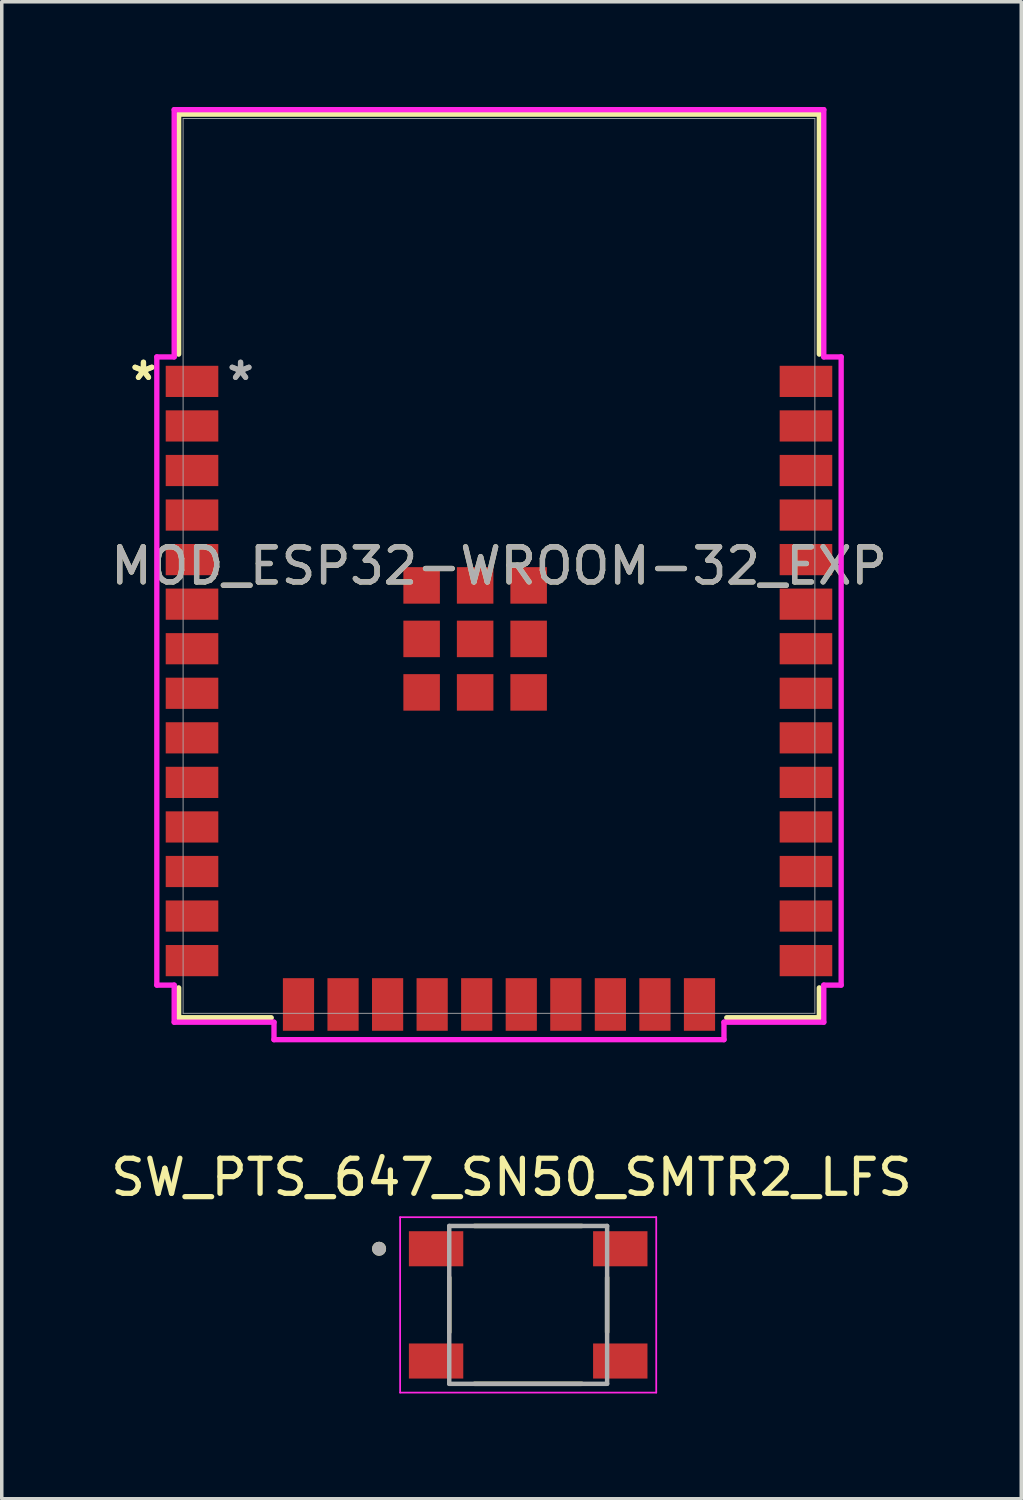
<source format=kicad_pcb>
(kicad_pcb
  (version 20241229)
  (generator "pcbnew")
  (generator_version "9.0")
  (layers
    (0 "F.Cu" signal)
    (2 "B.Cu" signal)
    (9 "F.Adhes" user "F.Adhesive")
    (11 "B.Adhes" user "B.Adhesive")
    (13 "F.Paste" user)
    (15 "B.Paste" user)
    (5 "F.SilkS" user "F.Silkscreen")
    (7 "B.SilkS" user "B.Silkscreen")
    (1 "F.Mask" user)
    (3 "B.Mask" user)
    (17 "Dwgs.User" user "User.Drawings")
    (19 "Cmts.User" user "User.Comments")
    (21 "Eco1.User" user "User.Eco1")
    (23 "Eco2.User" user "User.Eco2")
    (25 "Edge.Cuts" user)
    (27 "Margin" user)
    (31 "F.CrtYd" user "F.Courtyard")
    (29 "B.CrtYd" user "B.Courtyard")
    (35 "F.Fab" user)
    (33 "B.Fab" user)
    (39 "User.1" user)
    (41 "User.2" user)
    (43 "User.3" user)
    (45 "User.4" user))
  (footprint "MOD_ESP32-WROOM-32_EXP"
    (layer "F.Cu")
    (at 11.173 13.081)
    (property "Reference" "MOD_ESP32-WROOM-32_EXP" (at 0 0 0) (unlocked yes) (layer "F.SilkS") (effects (font (size 1 1) (thickness 0.15))))
    (attr smd)
    (fp_line (start -9.131 -12.878) (end 9.131 -12.878) (stroke (width 0.152) (type solid)) (layer "F.SilkS"))
    (fp_line (start -9.131 -6.037) (end -9.131 -12.878) (stroke (width 0.152) (type solid)) (layer "F.SilkS"))
    (fp_line (start -9.131 12.878) (end -9.131 12.027) (stroke (width 0.152) (type solid)) (layer "F.SilkS"))
    (fp_line (start -6.492 12.878) (end -9.131 12.878) (stroke (width 0.152) (type solid)) (layer "F.SilkS"))
    (fp_line (start 9.131 -12.878) (end 9.131 -6.037) (stroke (width 0.152) (type solid)) (layer "F.SilkS"))
    (fp_line (start 9.131 12.027) (end 9.131 12.878) (stroke (width 0.152) (type solid)) (layer "F.SilkS"))
    (fp_line (start 9.131 12.878) (end 6.492 12.878) (stroke (width 0.152) (type solid)) (layer "F.SilkS"))
    (fp_poly (pts (xy -9.004 -12.751) (xy -9.004 -6.807) (xy 9.004 -6.807) (xy 9.004 -12.751)) (stroke (width 0.1) (type solid)) (fill no) (layer "Eco2.User"))
    (fp_line (start -9.753 -5.958) (end -9.753 11.948) (stroke (width 0.152) (type solid)) (layer "F.CrtYd"))
    (fp_line (start -9.753 11.948) (end -9.258 11.948) (stroke (width 0.152) (type solid)) (layer "F.CrtYd"))
    (fp_line (start -9.258 -13.005) (end -9.258 -5.958) (stroke (width 0.152) (type solid)) (layer "F.CrtYd"))
    (fp_line (start -9.258 -5.958) (end -9.753 -5.958) (stroke (width 0.152) (type solid)) (layer "F.CrtYd"))
    (fp_line (start -9.258 11.948) (end -9.258 13.005) (stroke (width 0.152) (type solid)) (layer "F.CrtYd"))
    (fp_line (start -9.258 13.005) (end -6.413 13.005) (stroke (width 0.152) (type solid)) (layer "F.CrtYd"))
    (fp_line (start -6.413 13.005) (end -6.413 13.503) (stroke (width 0.152) (type solid)) (layer "F.CrtYd"))
    (fp_line (start -6.413 13.503) (end 6.413 13.503) (stroke (width 0.152) (type solid)) (layer "F.CrtYd"))
    (fp_line (start 6.413 13.005) (end 9.258 13.005) (stroke (width 0.152) (type solid)) (layer "F.CrtYd"))
    (fp_line (start 6.413 13.503) (end 6.413 13.005) (stroke (width 0.152) (type solid)) (layer "F.CrtYd"))
    (fp_line (start 9.258 -13.005) (end -9.258 -13.005) (stroke (width 0.152) (type solid)) (layer "F.CrtYd"))
    (fp_line (start 9.258 -5.958) (end 9.258 -13.005) (stroke (width 0.152) (type solid)) (layer "F.CrtYd"))
    (fp_line (start 9.258 11.948) (end 9.753 11.948) (stroke (width 0.152) (type solid)) (layer "F.CrtYd"))
    (fp_line (start 9.258 13.005) (end 9.258 11.948) (stroke (width 0.152) (type solid)) (layer "F.CrtYd"))
    (fp_line (start 9.753 -5.958) (end 9.258 -5.958) (stroke (width 0.152) (type solid)) (layer "F.CrtYd"))
    (fp_line (start 9.753 11.948) (end 9.753 -5.958) (stroke (width 0.152) (type solid)) (layer "F.CrtYd"))
    (fp_line (start -9.004 -12.751) (end -9.004 12.751) (stroke (width 0.025) (type solid)) (layer "F.Fab"))
    (fp_line (start -9.004 12.751) (end 9.004 12.751) (stroke (width 0.025) (type solid)) (layer "F.Fab"))
    (fp_line (start 9.004 -12.751) (end -9.004 -12.751) (stroke (width 0.025) (type solid)) (layer "F.Fab"))
    (fp_line (start 9.004 12.751) (end 9.004 -12.751) (stroke (width 0.025) (type solid)) (layer "F.Fab"))
    (fp_text user "*" (at -10.134 -5.26 0) (unlocked yes) (layer "F.SilkS") (effects (font (size 1 1) (thickness 0.15))))
    (fp_text user "*" (at -10.134 -5.26 0) (layer "F.SilkS") (effects (font (size 1 1) (thickness 0.15))))
    (fp_text user "${REFERENCE}" (at 0 0 0) (unlocked yes) (layer "F.Fab") (effects (font (size 1 1) (thickness 0.15))))
    (fp_text user "*" (at -7.366 -5.26 0) (unlocked yes) (layer "F.Fab") (effects (font (size 1 1) (thickness 0.15))))
    (fp_text user "*" (at -7.366 -5.26 0) (layer "F.Fab") (effects (font (size 1 1) (thickness 0.15))))
    (pad "1" smd rect (at -8.75 -5.26) (size 1.499 0.889) (layers "F.Cu" "F.Mask" "F.Paste"))
    (pad "2" smd rect (at -8.75 -3.99) (size 1.499 0.889) (layers "F.Cu" "F.Mask" "F.Paste"))
    (pad "3" smd rect (at -8.75 -2.72) (size 1.499 0.889) (layers "F.Cu" "F.Mask" "F.Paste"))
    (pad "4" smd rect (at -8.75 -1.45) (size 1.499 0.889) (layers "F.Cu" "F.Mask" "F.Paste"))
    (pad "5" smd rect (at -8.75 -0.18) (size 1.499 0.889) (layers "F.Cu" "F.Mask" "F.Paste"))
    (pad "6" smd rect (at -8.75 1.09) (size 1.499 0.889) (layers "F.Cu" "F.Mask" "F.Paste"))
    (pad "7" smd rect (at -8.75 2.36) (size 1.499 0.889) (layers "F.Cu" "F.Mask" "F.Paste"))
    (pad "8" smd rect (at -8.75 3.63) (size 1.499 0.889) (layers "F.Cu" "F.Mask" "F.Paste"))
    (pad "9" smd rect (at -8.75 4.9) (size 1.499 0.889) (layers "F.Cu" "F.Mask" "F.Paste"))
    (pad "10" smd rect (at -8.75 6.17) (size 1.499 0.889) (layers "F.Cu" "F.Mask" "F.Paste"))
    (pad "11" smd rect (at -8.75 7.44) (size 1.499 0.889) (layers "F.Cu" "F.Mask" "F.Paste"))
    (pad "12" smd rect (at -8.75 8.71) (size 1.499 0.889) (layers "F.Cu" "F.Mask" "F.Paste"))
    (pad "13" smd rect (at -8.75 9.98) (size 1.499 0.889) (layers "F.Cu" "F.Mask" "F.Paste"))
    (pad "14" smd rect (at -8.75 11.25) (size 1.499 0.889) (layers "F.Cu" "F.Mask" "F.Paste"))
    (pad "15" smd rect (at -5.715 12.5 90) (size 1.499 0.889) (layers "F.Cu" "F.Mask" "F.Paste"))
    (pad "16" smd rect (at -4.445 12.5 90) (size 1.499 0.889) (layers "F.Cu" "F.Mask" "F.Paste"))
    (pad "17" smd rect (at -3.175 12.5 90) (size 1.499 0.889) (layers "F.Cu" "F.Mask" "F.Paste"))
    (pad "18" smd rect (at -1.905 12.5 90) (size 1.499 0.889) (layers "F.Cu" "F.Mask" "F.Paste"))
    (pad "19" smd rect (at -0.635 12.5 90) (size 1.499 0.889) (layers "F.Cu" "F.Mask" "F.Paste"))
    (pad "20" smd rect (at 0.635 12.5 90) (size 1.499 0.889) (layers "F.Cu" "F.Mask" "F.Paste"))
    (pad "21" smd rect (at 1.905 12.5 90) (size 1.499 0.889) (layers "F.Cu" "F.Mask" "F.Paste"))
    (pad "22" smd rect (at 3.175 12.5 90) (size 1.499 0.889) (layers "F.Cu" "F.Mask" "F.Paste"))
    (pad "23" smd rect (at 4.445 12.5 90) (size 1.499 0.889) (layers "F.Cu" "F.Mask" "F.Paste"))
    (pad "24" smd rect (at 5.715 12.5 90) (size 1.499 0.889) (layers "F.Cu" "F.Mask" "F.Paste"))
    (pad "25" smd rect (at 8.75 11.25) (size 1.499 0.889) (layers "F.Cu" "F.Mask" "F.Paste"))
    (pad "26" smd rect (at 8.75 9.98) (size 1.499 0.889) (layers "F.Cu" "F.Mask" "F.Paste"))
    (pad "27" smd rect (at 8.75 8.71) (size 1.499 0.889) (layers "F.Cu" "F.Mask" "F.Paste"))
    (pad "28" smd rect (at 8.75 7.44) (size 1.499 0.889) (layers "F.Cu" "F.Mask" "F.Paste"))
    (pad "29" smd rect (at 8.75 6.17) (size 1.499 0.889) (layers "F.Cu" "F.Mask" "F.Paste"))
    (pad "30" smd rect (at 8.75 4.9) (size 1.499 0.889) (layers "F.Cu" "F.Mask" "F.Paste"))
    (pad "31" smd rect (at 8.75 3.63) (size 1.499 0.889) (layers "F.Cu" "F.Mask" "F.Paste"))
    (pad "32" smd rect (at 8.75 2.36) (size 1.499 0.889) (layers "F.Cu" "F.Mask" "F.Paste"))
    (pad "33" smd rect (at 8.75 1.09) (size 1.499 0.889) (layers "F.Cu" "F.Mask" "F.Paste"))
    (pad "34" smd rect (at 8.75 -0.18) (size 1.499 0.889) (layers "F.Cu" "F.Mask" "F.Paste"))
    (pad "35" smd rect (at 8.75 -1.45) (size 1.499 0.889) (layers "F.Cu" "F.Mask" "F.Paste"))
    (pad "36" smd rect (at 8.75 -2.72) (size 1.499 0.889) (layers "F.Cu" "F.Mask" "F.Paste"))
    (pad "37" smd rect (at 8.75 -3.99) (size 1.499 0.889) (layers "F.Cu" "F.Mask" "F.Paste"))
    (pad "38" smd rect (at 8.75 -5.26) (size 1.499 0.889) (layers "F.Cu" "F.Mask" "F.Paste"))
    (pad "39" smd rect (at -0.68 2.08) (size 1.041 1.041) (layers "F.Cu" "F.Mask" "F.Paste"))
    (pad "40" smd rect (at -2.205 0.555) (size 1.041 1.041) (layers "F.Cu" "F.Mask" "F.Paste"))
    (pad "41" smd rect (at -2.205 2.08) (size 1.041 1.041) (layers "F.Cu" "F.Mask" "F.Paste"))
    (pad "42" smd rect (at -2.205 3.605) (size 1.041 1.041) (layers "F.Cu" "F.Mask" "F.Paste"))
    (pad "43" smd rect (at -0.68 3.605) (size 1.041 1.041) (layers "F.Cu" "F.Mask" "F.Paste"))
    (pad "44" smd rect (at 0.845 3.605) (size 1.041 1.041) (layers "F.Cu" "F.Mask" "F.Paste"))
    (pad "45" smd rect (at 0.845 2.08) (size 1.041 1.041) (layers "F.Cu" "F.Mask" "F.Paste"))
    (pad "46" smd rect (at 0.845 0.555) (size 1.041 1.041) (layers "F.Cu" "F.Mask" "F.Paste"))
    (pad "47" smd rect (at -0.68 0.555) (size 1.041 1.041) (layers "F.Cu" "F.Mask" "F.Paste")))
  (footprint "SW_PTS_647_SN50_SMTR2_LFS"
    (layer "F.Cu")
    (at 12.005 34.144)
    (property "Reference" "SW_PTS_647_SN50_SMTR2_LFS" (at -0.475 -3.635 0) (layer "F.SilkS") (effects (font (size 1 1) (thickness 0.15))))
    (attr smd)
    (fp_line (start -2.25 -0.78) (end -2.25 0.78) (stroke (width 0.127) (type solid)) (layer "F.SilkS"))
    (fp_line (start -1.53 -2.25) (end 1.53 -2.25) (stroke (width 0.127) (type solid)) (layer "F.SilkS"))
    (fp_line (start -1.53 2.25) (end 1.53 2.25) (stroke (width 0.127) (type solid)) (layer "F.SilkS"))
    (fp_line (start 2.25 -0.78) (end 2.25 0.78) (stroke (width 0.127) (type solid)) (layer "F.SilkS"))
    (fp_circle (center -4.25 -1.6) (end -4.15 -1.6) (stroke (width 0.2) (type solid)) (fill no) (layer "F.SilkS"))
    (fp_line (start -3.65 -2.5) (end -3.65 2.5) (stroke (width 0.05) (type solid)) (layer "F.CrtYd"))
    (fp_line (start -3.65 2.5) (end 3.65 2.5) (stroke (width 0.05) (type solid)) (layer "F.CrtYd"))
    (fp_line (start 3.65 -2.5) (end -3.65 -2.5) (stroke (width 0.05) (type solid)) (layer "F.CrtYd"))
    (fp_line (start 3.65 2.5) (end 3.65 -2.5) (stroke (width 0.05) (type solid)) (layer "F.CrtYd"))
    (fp_line (start -2.25 -2.25) (end -2.25 2.25) (stroke (width 0.127) (type solid)) (layer "F.Fab"))
    (fp_line (start -2.25 2.25) (end 2.25 2.25) (stroke (width 0.127) (type solid)) (layer "F.Fab"))
    (fp_line (start 2.25 -2.25) (end -2.25 -2.25) (stroke (width 0.127) (type solid)) (layer "F.Fab"))
    (fp_line (start 2.25 2.25) (end 2.25 -2.25) (stroke (width 0.127) (type solid)) (layer "F.Fab"))
    (fp_circle (center -4.25 -1.6) (end -4.15 -1.6) (stroke (width 0.2) (type solid)) (fill no) (layer "F.Fab"))
    (pad "1" smd rect (at -2.625 -1.6) (size 1.55 1) (layers "F.Cu" "F.Mask" "F.Paste"))
    (pad "2" smd rect (at 2.625 -1.6) (size 1.55 1) (layers "F.Cu" "F.Mask" "F.Paste"))
    (pad "3" smd rect (at -2.625 1.6) (size 1.55 1) (layers "F.Cu" "F.Mask" "F.Paste"))
    (pad "4" smd rect (at 2.625 1.6) (size 1.55 1) (layers "F.Cu" "F.Mask" "F.Paste")))
  (gr_rect
    (start -3 -3)
    (end 26.06 39.669)
    (stroke (width 0.1) (type default))
    (fill no)
    (layer "Edge.Cuts")))
</source>
